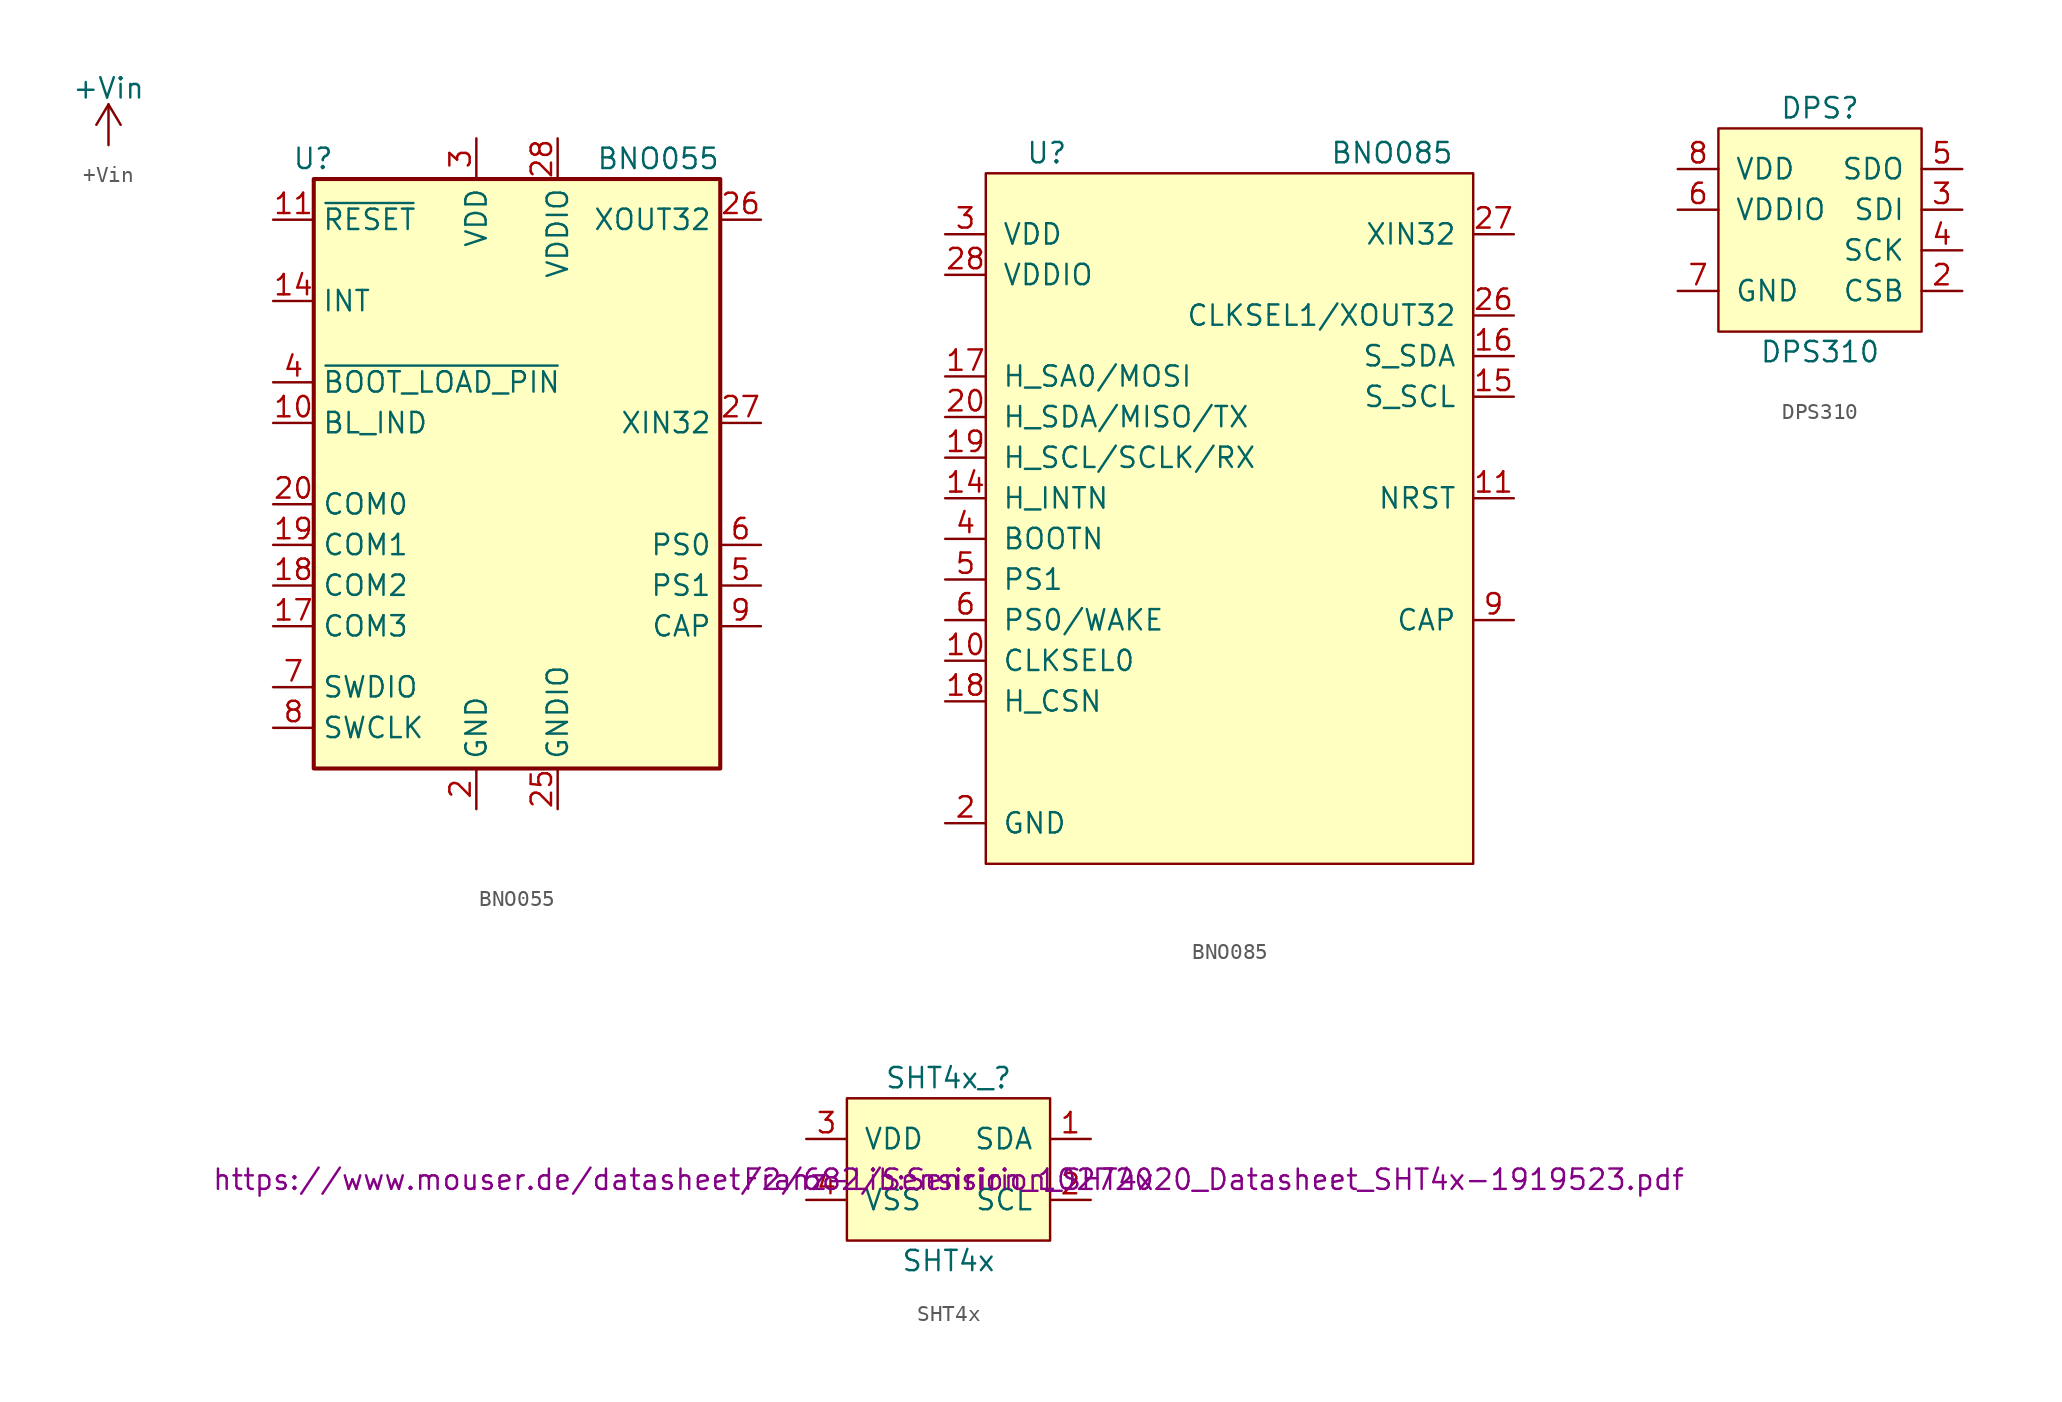
<source format=kicad_sym>
(kicad_symbol_lib
  (version 20211014)
  (generator kicad_symbol_editor)
  (symbol "+Vin"
    (power)
    (pin_names
      (offset 0))
    (property "Reference" "#PWR"
      (at 0 -3.81 0)
      (effects (font (size 1.27 1.27)) hide))
    (property "Value" "+Vin"
      (at 0 3.556 0)
      (effects (font (size 1.27 1.27))))
    (symbol "+Vin_0_1"
      (polyline (pts (xy -0.762 1.27) (xy 0 2.54)) (stroke (width 0) (type default) (color 0 0 0 0)) (fill (type none)))
      (polyline (pts (xy 0 0) (xy 0 2.54)) (stroke (width 0) (type default) (color 0 0 0 0)) (fill (type none)))
      (polyline (pts (xy 0 2.54) (xy 0.762 1.27)) (stroke (width 0) (type default) (color 0 0 0 0)) (fill (type none))))
    (symbol "+Vin_1_1"
      (pin power_in line (at 0 0 90) (length 0) hide (name "+Vin" (effects (font (size 1.27 1.27)))) (number "1" (effects (font (size 1.27 1.27)))))))
  (symbol "BNO055"
    (property "Reference" "U"
      (at -11.43 19.05 0)
      (effects (font (size 1.27 1.27)) (justify right)))
    (property "Value" "BNO055"
      (at 12.7 19.05 0)
      (effects (font (size 1.27 1.27)) (justify right)))
    (symbol "BNO055_0_1"
      (rectangle (start -12.7 17.78) (end 12.7 -19.05) (stroke (width 0.254) (type default) (color 0 0 0 0)) (fill (type background))))
    (symbol "BNO055_1_1"
      (pin no_connect line (at -12.7 12.7 0) (length 2.54) hide (name "PIN1" (effects (font (size 1.27 1.27)))) (number "1" (effects (font (size 1.27 1.27)))))
      (pin output line (at -15.24 2.54 0) (length 2.54) (name "BL_IND" (effects (font (size 1.27 1.27)))) (number "10" (effects (font (size 1.27 1.27)))))
      (pin input line (at -15.24 15.24 0) (length 2.54) (name "~{RESET}" (effects (font (size 1.27 1.27)))) (number "11" (effects (font (size 1.27 1.27)))))
      (pin no_connect line (at 12.7 12.7 180) (length 2.54) hide (name "PIN12" (effects (font (size 1.27 1.27)))) (number "12" (effects (font (size 1.27 1.27)))))
      (pin no_connect line (at 12.7 10.16 180) (length 2.54) hide (name "PIN13" (effects (font (size 1.27 1.27)))) (number "13" (effects (font (size 1.27 1.27)))))
      (pin output line (at -15.24 10.16 0) (length 2.54) (name "INT" (effects (font (size 1.27 1.27)))) (number "14" (effects (font (size 1.27 1.27)))))
      (pin passive line (at 2.54 -21.59 90) (length 2.54) hide (name "GNDIO" (effects (font (size 1.27 1.27)))) (number "15" (effects (font (size 1.27 1.27)))))
      (pin passive line (at 2.54 -21.59 90) (length 2.54) hide (name "GNDIO" (effects (font (size 1.27 1.27)))) (number "16" (effects (font (size 1.27 1.27)))))
      (pin input line (at -15.24 -10.16 0) (length 2.54) (name "COM3" (effects (font (size 1.27 1.27)))) (number "17" (effects (font (size 1.27 1.27)))))
      (pin bidirectional line (at -15.24 -7.62 0) (length 2.54) (name "COM2" (effects (font (size 1.27 1.27)))) (number "18" (effects (font (size 1.27 1.27)))))
      (pin bidirectional line (at -15.24 -5.08 0) (length 2.54) (name "COM1" (effects (font (size 1.27 1.27)))) (number "19" (effects (font (size 1.27 1.27)))))
      (pin power_in line (at -2.54 -21.59 90) (length 2.54) (name "GND" (effects (font (size 1.27 1.27)))) (number "2" (effects (font (size 1.27 1.27)))))
      (pin bidirectional line (at -15.24 -2.54 0) (length 2.54) (name "COM0" (effects (font (size 1.27 1.27)))) (number "20" (effects (font (size 1.27 1.27)))))
      (pin no_connect line (at 12.7 7.62 180) (length 2.54) hide (name "PIN21" (effects (font (size 1.27 1.27)))) (number "21" (effects (font (size 1.27 1.27)))))
      (pin no_connect line (at 12.7 5.08 180) (length 2.54) hide (name "PIN22" (effects (font (size 1.27 1.27)))) (number "22" (effects (font (size 1.27 1.27)))))
      (pin no_connect line (at 12.7 0 180) (length 2.54) hide (name "PIN23" (effects (font (size 1.27 1.27)))) (number "23" (effects (font (size 1.27 1.27)))))
      (pin no_connect line (at 12.7 -2.54 180) (length 2.54) hide (name "PIN24" (effects (font (size 1.27 1.27)))) (number "24" (effects (font (size 1.27 1.27)))))
      (pin power_in line (at 2.54 -21.59 90) (length 2.54) (name "GNDIO" (effects (font (size 1.27 1.27)))) (number "25" (effects (font (size 1.27 1.27)))))
      (pin output line (at 15.24 15.24 180) (length 2.54) (name "XOUT32" (effects (font (size 1.27 1.27)))) (number "26" (effects (font (size 1.27 1.27)))))
      (pin input line (at 15.24 2.54 180) (length 2.54) (name "XIN32" (effects (font (size 1.27 1.27)))) (number "27" (effects (font (size 1.27 1.27)))))
      (pin power_in line (at 2.54 20.32 270) (length 2.54) (name "VDDIO" (effects (font (size 1.27 1.27)))) (number "28" (effects (font (size 1.27 1.27)))))
      (pin power_in line (at -2.54 20.32 270) (length 2.54) (name "VDD" (effects (font (size 1.27 1.27)))) (number "3" (effects (font (size 1.27 1.27)))))
      (pin input line (at -15.24 5.08 0) (length 2.54) (name "~{BOOT_LOAD_PIN}" (effects (font (size 1.27 1.27)))) (number "4" (effects (font (size 1.27 1.27)))))
      (pin input line (at 15.24 -7.62 180) (length 2.54) (name "PS1" (effects (font (size 1.27 1.27)))) (number "5" (effects (font (size 1.27 1.27)))))
      (pin input line (at 15.24 -5.08 180) (length 2.54) (name "PS0" (effects (font (size 1.27 1.27)))) (number "6" (effects (font (size 1.27 1.27)))))
      (pin input line (at -15.24 -13.97 0) (length 2.54) (name "SWDIO" (effects (font (size 1.27 1.27)))) (number "7" (effects (font (size 1.27 1.27)))))
      (pin input line (at -15.24 -16.51 0) (length 2.54) (name "SWCLK" (effects (font (size 1.27 1.27)))) (number "8" (effects (font (size 1.27 1.27)))))
      (pin passive line (at 15.24 -10.16 180) (length 2.54) (name "CAP" (effects (font (size 1.27 1.27)))) (number "9" (effects (font (size 1.27 1.27)))))))
  (symbol "BNO085"
    (pin_names
      (offset 1.016))
    (property "Reference" "U"
      (at -11.43 21.59 0)
      (effects (font (size 1.27 1.27))))
    (property "Value" "BNO085"
      (at 10.16 21.59 0)
      (effects (font (size 1.27 1.27))))
    (symbol "BNO085_0_1"
      (rectangle (start -15.24 -22.86) (end 15.24 20.32) (stroke (width 0) (type default) (color 0 0 0 0)) (fill (type background))))
    (symbol "BNO085_1_1"
      (pin input line (at 15.24 -10.16 180) (length 2.54) hide (name "RESV_NC" (effects (font (size 1.27 1.27)))) (number "1" (effects (font (size 1.27 1.27)))))
      (pin input line (at -17.78 -10.16 0) (length 2.54) (name "CLKSEL0" (effects (font (size 1.27 1.27)))) (number "10" (effects (font (size 1.27 1.27)))))
      (pin input line (at 17.78 0 180) (length 2.54) (name "NRST" (effects (font (size 1.27 1.27)))) (number "11" (effects (font (size 1.27 1.27)))))
      (pin input line (at 15.24 -16.51 180) (length 2.54) hide (name "RESV_NC" (effects (font (size 1.27 1.27)))) (number "12" (effects (font (size 1.27 1.27)))))
      (pin input line (at 15.24 -12.7 180) (length 2.54) hide (name "RESV_NC" (effects (font (size 1.27 1.27)))) (number "13" (effects (font (size 1.27 1.27)))))
      (pin input line (at -17.78 0 0) (length 2.54) (name "H_INTN" (effects (font (size 1.27 1.27)))) (number "14" (effects (font (size 1.27 1.27)))))
      (pin input line (at 17.78 6.35 180) (length 2.54) (name "S_SCL" (effects (font (size 1.27 1.27)))) (number "15" (effects (font (size 1.27 1.27)))))
      (pin input line (at 17.78 8.89 180) (length 2.54) (name "S_SDA" (effects (font (size 1.27 1.27)))) (number "16" (effects (font (size 1.27 1.27)))))
      (pin input line (at -17.78 7.62 0) (length 2.54) (name "H_SA0/MOSI" (effects (font (size 1.27 1.27)))) (number "17" (effects (font (size 1.27 1.27)))))
      (pin input line (at -17.78 -12.7 0) (length 2.54) (name "H_CSN" (effects (font (size 1.27 1.27)))) (number "18" (effects (font (size 1.27 1.27)))))
      (pin input line (at -17.78 2.54 0) (length 2.54) (name "H_SCL/SCLK/RX" (effects (font (size 1.27 1.27)))) (number "19" (effects (font (size 1.27 1.27)))))
      (pin input line (at -17.78 -20.32 0) (length 2.54) (name "GND" (effects (font (size 1.27 1.27)))) (number "2" (effects (font (size 1.27 1.27)))))
      (pin input line (at -17.78 5.08 0) (length 2.54) (name "H_SDA/MISO/TX" (effects (font (size 1.27 1.27)))) (number "20" (effects (font (size 1.27 1.27)))))
      (pin input line (at 15.24 -15.24 180) (length 2.54) hide (name "RESV_NC" (effects (font (size 1.27 1.27)))) (number "21" (effects (font (size 1.27 1.27)))))
      (pin input line (at 15.24 -17.78 180) (length 2.54) hide (name "RESV_NC" (effects (font (size 1.27 1.27)))) (number "22" (effects (font (size 1.27 1.27)))))
      (pin input line (at 15.24 -20.32 180) (length 2.54) hide (name "RESV_NC" (effects (font (size 1.27 1.27)))) (number "23" (effects (font (size 1.27 1.27)))))
      (pin input line (at 15.24 -19.05 180) (length 2.54) hide (name "RESV_NC" (effects (font (size 1.27 1.27)))) (number "24" (effects (font (size 1.27 1.27)))))
      (pin input line (at -17.78 -20.32 0) (length 2.54) hide (name "GND" (effects (font (size 1.27 1.27)))) (number "25" (effects (font (size 1.27 1.27)))))
      (pin input line (at 17.78 11.43 180) (length 2.54) (name "CLKSEL1/XOUT32" (effects (font (size 1.27 1.27)))) (number "26" (effects (font (size 1.27 1.27)))))
      (pin input line (at 17.78 16.51 180) (length 2.54) (name "XIN32" (effects (font (size 1.27 1.27)))) (number "27" (effects (font (size 1.27 1.27)))))
      (pin input line (at -17.78 13.97 0) (length 2.54) (name "VDDIO" (effects (font (size 1.27 1.27)))) (number "28" (effects (font (size 1.27 1.27)))))
      (pin input line (at -17.78 16.51 0) (length 2.54) (name "VDD" (effects (font (size 1.27 1.27)))) (number "3" (effects (font (size 1.27 1.27)))))
      (pin input line (at -17.78 -2.54 0) (length 2.54) (name "BOOTN" (effects (font (size 1.27 1.27)))) (number "4" (effects (font (size 1.27 1.27)))))
      (pin input line (at -17.78 -5.08 0) (length 2.54) (name "PS1" (effects (font (size 1.27 1.27)))) (number "5" (effects (font (size 1.27 1.27)))))
      (pin input line (at -17.78 -7.62 0) (length 2.54) (name "PS0/WAKE" (effects (font (size 1.27 1.27)))) (number "6" (effects (font (size 1.27 1.27)))))
      (pin input line (at 15.24 -11.43 180) (length 2.54) hide (name "RESV_NC" (effects (font (size 1.27 1.27)))) (number "7" (effects (font (size 1.27 1.27)))))
      (pin input line (at 15.24 -13.97 180) (length 2.54) hide (name "RESV_NC" (effects (font (size 1.27 1.27)))) (number "8" (effects (font (size 1.27 1.27)))))
      (pin input line (at 17.78 -7.62 180) (length 2.54) (name "CAP" (effects (font (size 1.27 1.27)))) (number "9" (effects (font (size 1.27 1.27)))))))
  (symbol "DPS310"
    (pin_names
      (offset 1.016))
    (property "Reference" "DPS"
      (at 0 7.62 0)
      (effects (font (size 1.27 1.27))))
    (property "Value" "DPS310"
      (at 0 -7.62 0)
      (effects (font (size 1.27 1.27))))
    (symbol "DPS310_0_1"
      (rectangle (start -6.35 6.35) (end 6.35 -6.35) (stroke (width 0) (type default) (color 0 0 0 0)) (fill (type background))))
    (symbol "DPS310_1_1"
      (pin power_in line (at -8.89 -3.81 0) (length 2.54) hide (name "GND" (effects (font (size 1.27 1.27)))) (number "1" (effects (font (size 1.27 1.27)))))
      (pin input line (at 8.89 -3.81 180) (length 2.54) (name "CSB" (effects (font (size 1.27 1.27)))) (number "2" (effects (font (size 1.27 1.27)))))
      (pin input line (at 8.89 1.27 180) (length 2.54) (name "SDI" (effects (font (size 1.27 1.27)))) (number "3" (effects (font (size 1.27 1.27)))))
      (pin input line (at 8.89 -1.27 180) (length 2.54) (name "SCK" (effects (font (size 1.27 1.27)))) (number "4" (effects (font (size 1.27 1.27)))))
      (pin output line (at 8.89 3.81 180) (length 2.54) (name "SDO" (effects (font (size 1.27 1.27)))) (number "5" (effects (font (size 1.27 1.27)))))
      (pin power_in line (at -8.89 1.27 0) (length 2.54) (name "VDDIO" (effects (font (size 1.27 1.27)))) (number "6" (effects (font (size 1.27 1.27)))))
      (pin power_in line (at -8.89 -3.81 0) (length 2.54) (name "GND" (effects (font (size 1.27 1.27)))) (number "7" (effects (font (size 1.27 1.27)))))
      (pin power_in line (at -8.89 3.81 0) (length 2.54) (name "VDD" (effects (font (size 1.27 1.27)))) (number "8" (effects (font (size 1.27 1.27)))))))
  (symbol "SHT4x"
    (pin_names
      (offset 1.016))
    (property "Reference" "SHT4x_"
      (at 0 6.35 0)
      (effects (font (size 1.27 1.27))))
    (property "Value" "SHT4x"
      (at 0 -5.08 0)
      (effects (font (size 1.27 1.27))))
    (property "Footprint" "Franz-Lib:Sensirion_SHT4x"
      (at 0 0 0)
      (effects (font (size 1.27 1.27))))
    (property "Datasheet" "https://www.mouser.de/datasheet/2/682/Sensirion_10272020_Datasheet_SHT4x-1919523.pdf"
      (at 0 0 0)
      (effects (font (size 1.27 1.27))))
    (symbol "SHT4x_0_1"
      (rectangle (start -6.35 5.08) (end 6.35 -3.81) (stroke (width 0) (type default) (color 0 0 0 0)) (fill (type background))))
    (symbol "SHT4x_1_1"
      (pin bidirectional line (at 8.89 2.54 180) (length 2.54) (name "SDA" (effects (font (size 1.27 1.27)))) (number "1" (effects (font (size 1.27 1.27)))))
      (pin input line (at 8.89 -1.27 180) (length 2.54) (name "SCL" (effects (font (size 1.27 1.27)))) (number "2" (effects (font (size 1.27 1.27)))))
      (pin power_in line (at -8.89 2.54 0) (length 2.54) (name "VDD" (effects (font (size 1.27 1.27)))) (number "3" (effects (font (size 1.27 1.27)))))
      (pin power_in line (at -8.89 -1.27 0) (length 2.54) (name "VSS" (effects (font (size 1.27 1.27)))) (number "4" (effects (font (size 1.27 1.27))))))))
</source>
